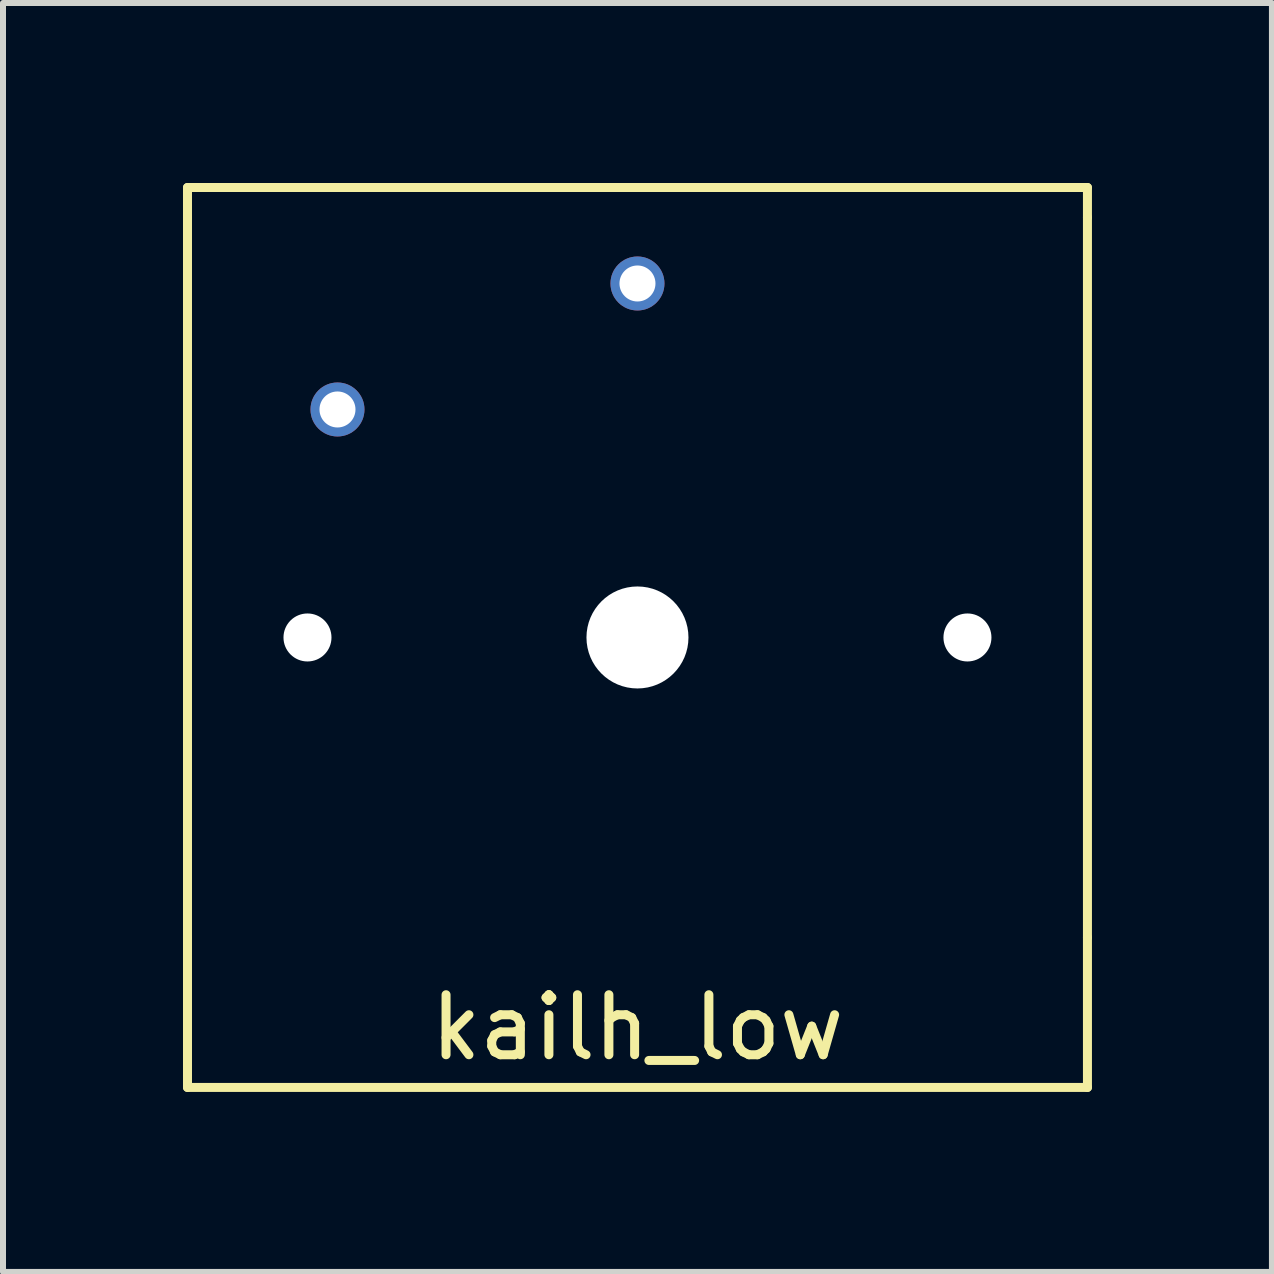
<source format=kicad_pcb>
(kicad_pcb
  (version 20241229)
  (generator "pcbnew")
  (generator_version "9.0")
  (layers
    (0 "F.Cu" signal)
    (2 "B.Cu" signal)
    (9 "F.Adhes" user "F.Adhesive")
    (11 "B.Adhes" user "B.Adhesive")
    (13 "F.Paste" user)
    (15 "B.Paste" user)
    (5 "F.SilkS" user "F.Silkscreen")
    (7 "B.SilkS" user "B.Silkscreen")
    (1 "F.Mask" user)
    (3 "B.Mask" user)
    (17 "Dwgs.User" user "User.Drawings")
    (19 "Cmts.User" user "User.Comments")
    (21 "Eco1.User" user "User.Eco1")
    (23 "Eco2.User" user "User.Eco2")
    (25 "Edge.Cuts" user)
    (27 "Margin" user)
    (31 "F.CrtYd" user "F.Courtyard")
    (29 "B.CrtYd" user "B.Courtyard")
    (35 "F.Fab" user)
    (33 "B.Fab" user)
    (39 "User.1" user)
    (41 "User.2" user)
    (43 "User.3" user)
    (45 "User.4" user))
  (footprint "kailh_low"
    (layer "F.Cu")
    (at 7.575 7.575)
    (property "Reference" "kailh_low" (at 0 6.5 0) (layer "F.SilkS") (effects (font (size 1 1) (thickness 0.15))))
    (attr through_hole)
    (fp_line (start -7.5 -7.5) (end 7.5 -7.5) (stroke (width 0.15) (type solid)) (layer "F.SilkS"))
    (fp_line (start -7.5 -7) (end -7.5 -7.5) (stroke (width 0.15) (type solid)) (layer "F.SilkS"))
    (fp_line (start -7.5 -7) (end -7.5 5) (stroke (width 0.15) (type solid)) (layer "F.SilkS"))
    (fp_line (start -7.5 5) (end -7.5 7.5) (stroke (width 0.15) (type solid)) (layer "F.SilkS"))
    (fp_line (start -7.5 7.5) (end 7.5 7.5) (stroke (width 0.15) (type solid)) (layer "F.SilkS"))
    (fp_line (start 7.5 -7.5) (end 7.5 -7) (stroke (width 0.15) (type solid)) (layer "F.SilkS"))
    (fp_line (start 7.5 -7) (end 7.5 5) (stroke (width 0.15) (type solid)) (layer "F.SilkS"))
    (fp_line (start 7.5 7.5) (end 7.5 5) (stroke (width 0.15) (type solid)) (layer "F.SilkS"))
    (pad "" np_thru_hole circle (at -5.5 0) (size 0.8 0.8) (drill 0.8) (layers "*.Cu" "*.Mask"))
    (pad "" np_thru_hole circle (at 0 0) (size 1.7 1.7) (drill 1.7) (layers "*.Cu" "*.Mask"))
    (pad "" np_thru_hole circle (at 5.5 0) (size 0.8 0.8) (drill 0.8) (layers "*.Cu" "*.Mask"))
    (pad "1" thru_hole circle (at 0 -5.9) (size 0.9 0.9) (drill 0.6) (layers "*.Cu" "*.Mask"))
    (pad "2" thru_hole circle (at -5 -3.8) (size 0.9 0.9) (drill 0.6) (layers "*.Cu" "*.Mask")))
  (gr_rect
    (start -3 -3)
    (end 18.15 18.15)
    (stroke (width 0.1) (type default))
    (fill no)
    (layer "Edge.Cuts")))
</source>
